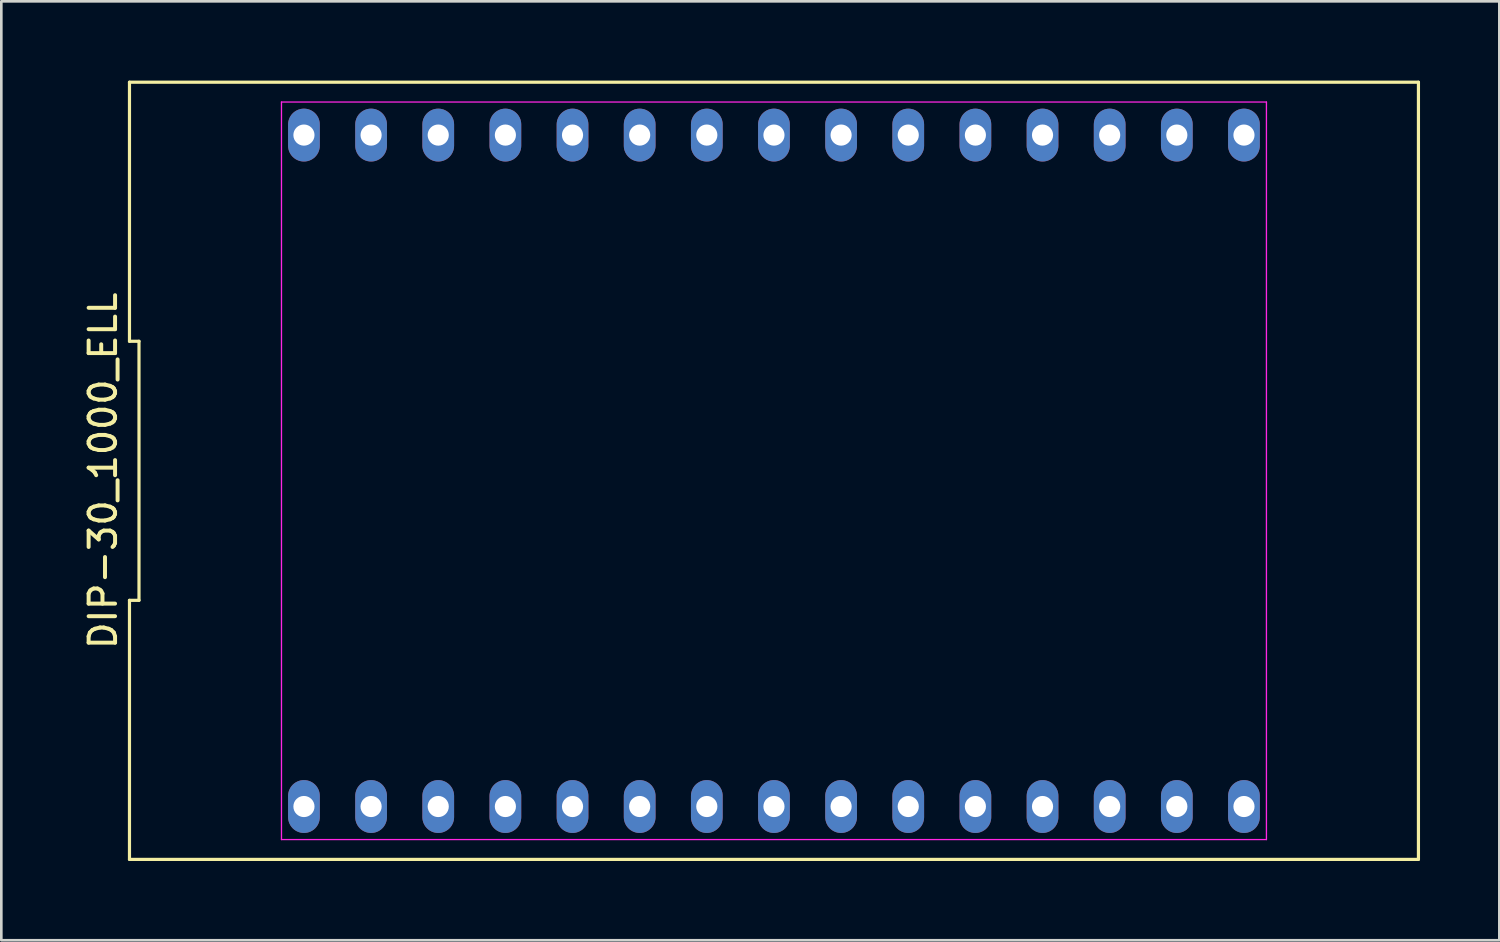
<source format=kicad_pcb>
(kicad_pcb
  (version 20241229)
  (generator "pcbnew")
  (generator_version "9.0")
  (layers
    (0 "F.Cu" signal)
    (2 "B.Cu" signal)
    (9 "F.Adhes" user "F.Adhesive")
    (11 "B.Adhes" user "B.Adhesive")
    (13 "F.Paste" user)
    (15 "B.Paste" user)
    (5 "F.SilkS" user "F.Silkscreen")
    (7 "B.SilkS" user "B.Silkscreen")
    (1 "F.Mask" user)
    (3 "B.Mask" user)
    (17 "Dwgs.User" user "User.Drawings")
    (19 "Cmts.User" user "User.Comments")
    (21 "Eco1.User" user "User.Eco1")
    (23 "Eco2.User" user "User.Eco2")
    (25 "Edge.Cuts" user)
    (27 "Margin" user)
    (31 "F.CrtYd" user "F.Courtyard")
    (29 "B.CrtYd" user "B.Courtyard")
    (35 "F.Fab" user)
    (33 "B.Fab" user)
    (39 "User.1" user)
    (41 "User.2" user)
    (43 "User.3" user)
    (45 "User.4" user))
  (footprint "DIP-30_1000_ELL"
    (layer "F.Cu")
    (at 26.228 14.76)
    (property "Reference" "DIP-30_1000_ELL" (at -25.38 0 90) (layer "F.SilkS") (effects (font (size 1 1) (thickness 0.15))))
    (attr through_hole)
    (fp_line (start -24.38 -14.7) (end -24.38 -4.9) (stroke (width 0.12) (type default)) (layer "F.SilkS"))
    (fp_line (start -24.38 -4.9) (end -24.02 -4.9) (stroke (width 0.12) (type default)) (layer "F.SilkS"))
    (fp_line (start -24.38 4.9) (end -24.38 14.7) (stroke (width 0.12) (type default)) (layer "F.SilkS"))
    (fp_line (start -24.38 14.7) (end 24.38 14.7) (stroke (width 0.12) (type default)) (layer "F.SilkS"))
    (fp_line (start -24.02 -4.9) (end -24.02 4.9) (stroke (width 0.12) (type default)) (layer "F.SilkS"))
    (fp_line (start -24.02 4.9) (end -24.38 4.9) (stroke (width 0.12) (type default)) (layer "F.SilkS"))
    (fp_line (start 24.38 -14.7) (end -24.38 -14.7) (stroke (width 0.12) (type default)) (layer "F.SilkS"))
    (fp_line (start 24.38 14.7) (end 24.38 -14.7) (stroke (width 0.12) (type default)) (layer "F.SilkS"))
    (fp_line (start -18.63 -13.95) (end 18.63 -13.95) (stroke (width 0.05) (type default)) (layer "F.CrtYd"))
    (fp_line (start -18.63 13.95) (end -18.63 -13.95) (stroke (width 0.05) (type default)) (layer "F.CrtYd"))
    (fp_line (start 18.63 -13.95) (end 18.63 13.95) (stroke (width 0.05) (type default)) (layer "F.CrtYd"))
    (fp_line (start 18.63 13.95) (end -18.63 13.95) (stroke (width 0.05) (type default)) (layer "F.CrtYd"))
    (pad "1" thru_hole oval (at -17.78 12.7) (size 1.2 2) (drill 0.8) (layers "*.Cu" "*.Mask"))
    (pad "2" thru_hole oval (at -15.24 12.7) (size 1.2 2) (drill 0.8) (layers "*.Cu" "*.Mask"))
    (pad "3" thru_hole oval (at -12.7 12.7) (size 1.2 2) (drill 0.8) (layers "*.Cu" "*.Mask"))
    (pad "4" thru_hole oval (at -10.16 12.7) (size 1.2 2) (drill 0.8) (layers "*.Cu" "*.Mask"))
    (pad "5" thru_hole oval (at -7.62 12.7) (size 1.2 2) (drill 0.8) (layers "*.Cu" "*.Mask"))
    (pad "6" thru_hole oval (at -5.08 12.7) (size 1.2 2) (drill 0.8) (layers "*.Cu" "*.Mask"))
    (pad "7" thru_hole oval (at -2.54 12.7) (size 1.2 2) (drill 0.8) (layers "*.Cu" "*.Mask"))
    (pad "8" thru_hole oval (at 0 12.7) (size 1.2 2) (drill 0.8) (layers "*.Cu" "*.Mask"))
    (pad "9" thru_hole oval (at 2.54 12.7) (size 1.2 2) (drill 0.8) (layers "*.Cu" "*.Mask"))
    (pad "10" thru_hole oval (at 5.08 12.7) (size 1.2 2) (drill 0.8) (layers "*.Cu" "*.Mask"))
    (pad "11" thru_hole oval (at 7.62 12.7) (size 1.2 2) (drill 0.8) (layers "*.Cu" "*.Mask"))
    (pad "12" thru_hole oval (at 10.16 12.7) (size 1.2 2) (drill 0.8) (layers "*.Cu" "*.Mask"))
    (pad "13" thru_hole oval (at 12.7 12.7) (size 1.2 2) (drill 0.8) (layers "*.Cu" "*.Mask"))
    (pad "14" thru_hole oval (at 15.24 12.7) (size 1.2 2) (drill 0.8) (layers "*.Cu" "*.Mask"))
    (pad "15" thru_hole oval (at 17.78 12.7) (size 1.2 2) (drill 0.8) (layers "*.Cu" "*.Mask"))
    (pad "16" thru_hole oval (at 17.78 -12.7) (size 1.2 2) (drill 0.8) (layers "*.Cu" "*.Mask"))
    (pad "17" thru_hole oval (at 15.24 -12.7) (size 1.2 2) (drill 0.8) (layers "*.Cu" "*.Mask"))
    (pad "18" thru_hole oval (at 12.7 -12.7) (size 1.2 2) (drill 0.8) (layers "*.Cu" "*.Mask"))
    (pad "19" thru_hole oval (at 10.16 -12.7) (size 1.2 2) (drill 0.8) (layers "*.Cu" "*.Mask"))
    (pad "20" thru_hole oval (at 7.62 -12.7) (size 1.2 2) (drill 0.8) (layers "*.Cu" "*.Mask"))
    (pad "21" thru_hole oval (at 5.08 -12.7) (size 1.2 2) (drill 0.8) (layers "*.Cu" "*.Mask"))
    (pad "22" thru_hole oval (at 2.54 -12.7) (size 1.2 2) (drill 0.8) (layers "*.Cu" "*.Mask"))
    (pad "23" thru_hole oval (at 0 -12.7) (size 1.2 2) (drill 0.8) (layers "*.Cu" "*.Mask"))
    (pad "24" thru_hole oval (at -2.54 -12.7) (size 1.2 2) (drill 0.8) (layers "*.Cu" "*.Mask"))
    (pad "25" thru_hole oval (at -5.08 -12.7) (size 1.2 2) (drill 0.8) (layers "*.Cu" "*.Mask"))
    (pad "26" thru_hole oval (at -7.62 -12.7) (size 1.2 2) (drill 0.8) (layers "*.Cu" "*.Mask"))
    (pad "27" thru_hole oval (at -10.16 -12.7) (size 1.2 2) (drill 0.8) (layers "*.Cu" "*.Mask"))
    (pad "28" thru_hole oval (at -12.7 -12.7) (size 1.2 2) (drill 0.8) (layers "*.Cu" "*.Mask"))
    (pad "29" thru_hole oval (at -15.24 -12.7) (size 1.2 2) (drill 0.8) (layers "*.Cu" "*.Mask"))
    (pad "30" thru_hole oval (at -17.78 -12.7) (size 1.2 2) (drill 0.8) (layers "*.Cu" "*.Mask")))
  (gr_rect
    (start -3 -3)
    (end 53.668 32.52)
    (stroke (width 0.1) (type default))
    (fill no)
    (layer "Edge.Cuts")))
</source>
